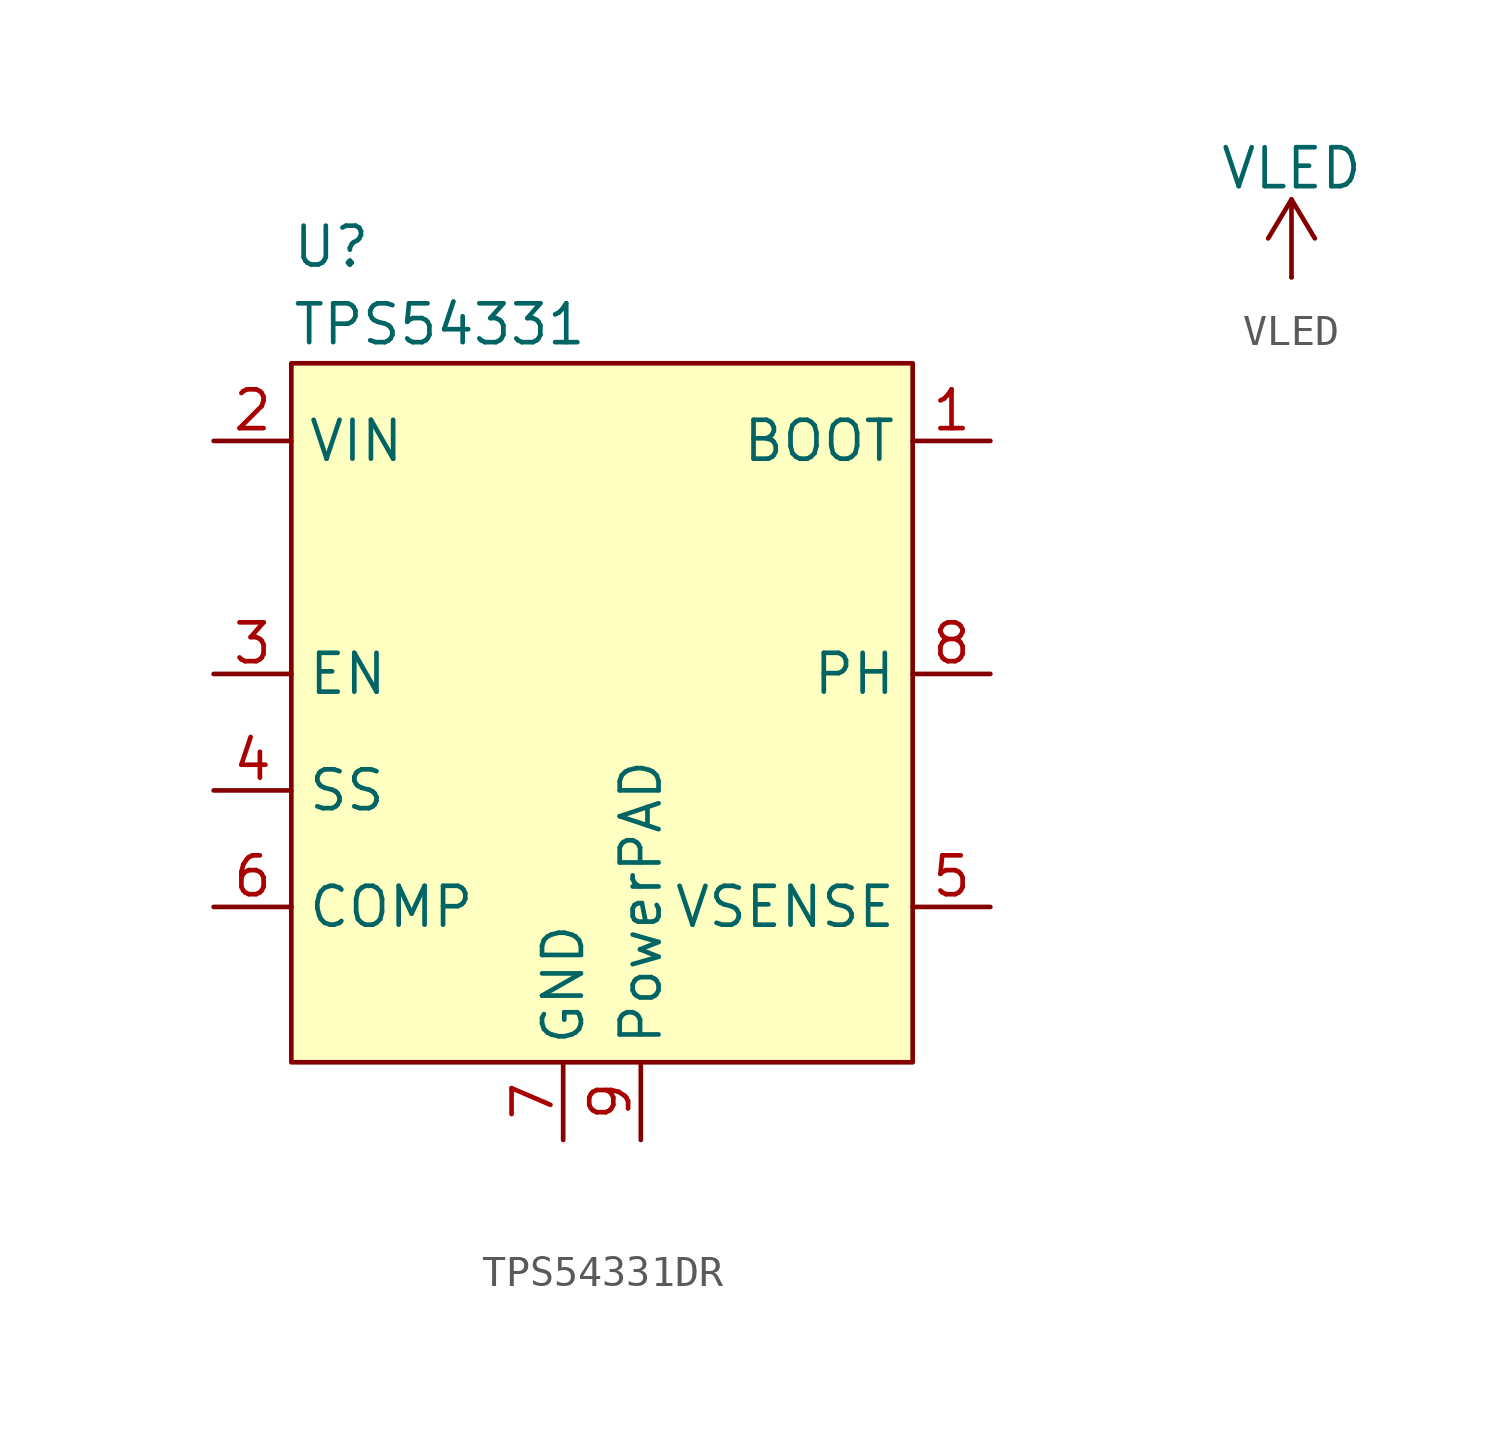
<source format=kicad_sym>
(kicad_symbol_lib
  (version 20231120)
  (generator "kicad_symbol_editor")
  (generator_version "8.0")
  (symbol "TPS54331DR"
    (property "Reference" "U"
      (at -10.16 15.24 0)
      (effects (font (size 1.27 1.27)) (justify left)))
    (property "Value" "TPS54331"
      (at -10.16 12.7 0)
      (effects (font (size 1.27 1.27)) (justify left)))
    (symbol "TPS54331DR_1_1"
      (rectangle (start -10.16 11.43) (end 10.16 -11.43) (stroke (width 0) (type default)) (fill (type background)))
      (pin output line (at 12.7 8.89 180) (length 2.54) (name "BOOT" (effects (font (size 1.27 1.27)))) (number "1" (effects (font (size 1.27 1.27)))))
      (pin power_in line (at -12.7 8.89 0) (length 2.54) (name "VIN" (effects (font (size 1.27 1.27)))) (number "2" (effects (font (size 1.27 1.27)))))
      (pin input line (at -12.7 1.27 0) (length 2.54) (name "EN" (effects (font (size 1.27 1.27)))) (number "3" (effects (font (size 1.27 1.27)))))
      (pin input line (at -12.7 -2.54 0) (length 2.54) (name "SS" (effects (font (size 1.27 1.27)))) (number "4" (effects (font (size 1.27 1.27)))))
      (pin input line (at 12.7 -6.35 180) (length 2.54) (name "VSENSE" (effects (font (size 1.27 1.27)))) (number "5" (effects (font (size 1.27 1.27)))))
      (pin output line (at -12.7 -6.35 0) (length 2.54) (name "COMP" (effects (font (size 1.27 1.27)))) (number "6" (effects (font (size 1.27 1.27)))))
      (pin power_in line (at -1.27 -13.97 90) (length 2.54) (name "GND" (effects (font (size 1.27 1.27)))) (number "7" (effects (font (size 1.27 1.27)))))
      (pin power_out line (at 12.7 1.27 180) (length 2.54) (name "PH" (effects (font (size 1.27 1.27)))) (number "8" (effects (font (size 1.27 1.27)))))
      (pin power_in line (at 1.27 -13.97 90) (length 2.54) (name "PowerPAD" (effects (font (size 1.27 1.27)))) (number "9" (effects (font (size 1.27 1.27)))))))
  (symbol "VLED"
    (power)
    (pin_numbers hide)
    (pin_names
      (offset 0) hide)
    (property "Reference" "#PWR"
      (at 0 -3.81 0)
      (effects (font (size 1.27 1.27)) (hide yes)))
    (property "Value" "VLED"
      (at 0 3.556 0)
      (effects (font (size 1.27 1.27))))
    (symbol "VLED_0_1"
      (polyline (pts (xy -0.762 1.27) (xy 0 2.54)) (stroke (width 0) (type default)) (fill (type none)))
      (polyline (pts (xy 0 0) (xy 0 2.54)) (stroke (width 0) (type default)) (fill (type none)))
      (polyline (pts (xy 0 2.54) (xy 0.762 1.27)) (stroke (width 0) (type default)) (fill (type none))))
    (symbol "VLED_1_1"
      (pin power_in line (at 0 0 90) (length 0) (name "~" (effects (font (size 1.27 1.27)))) (number "1" (effects (font (size 1.27 1.27))))))))
</source>
